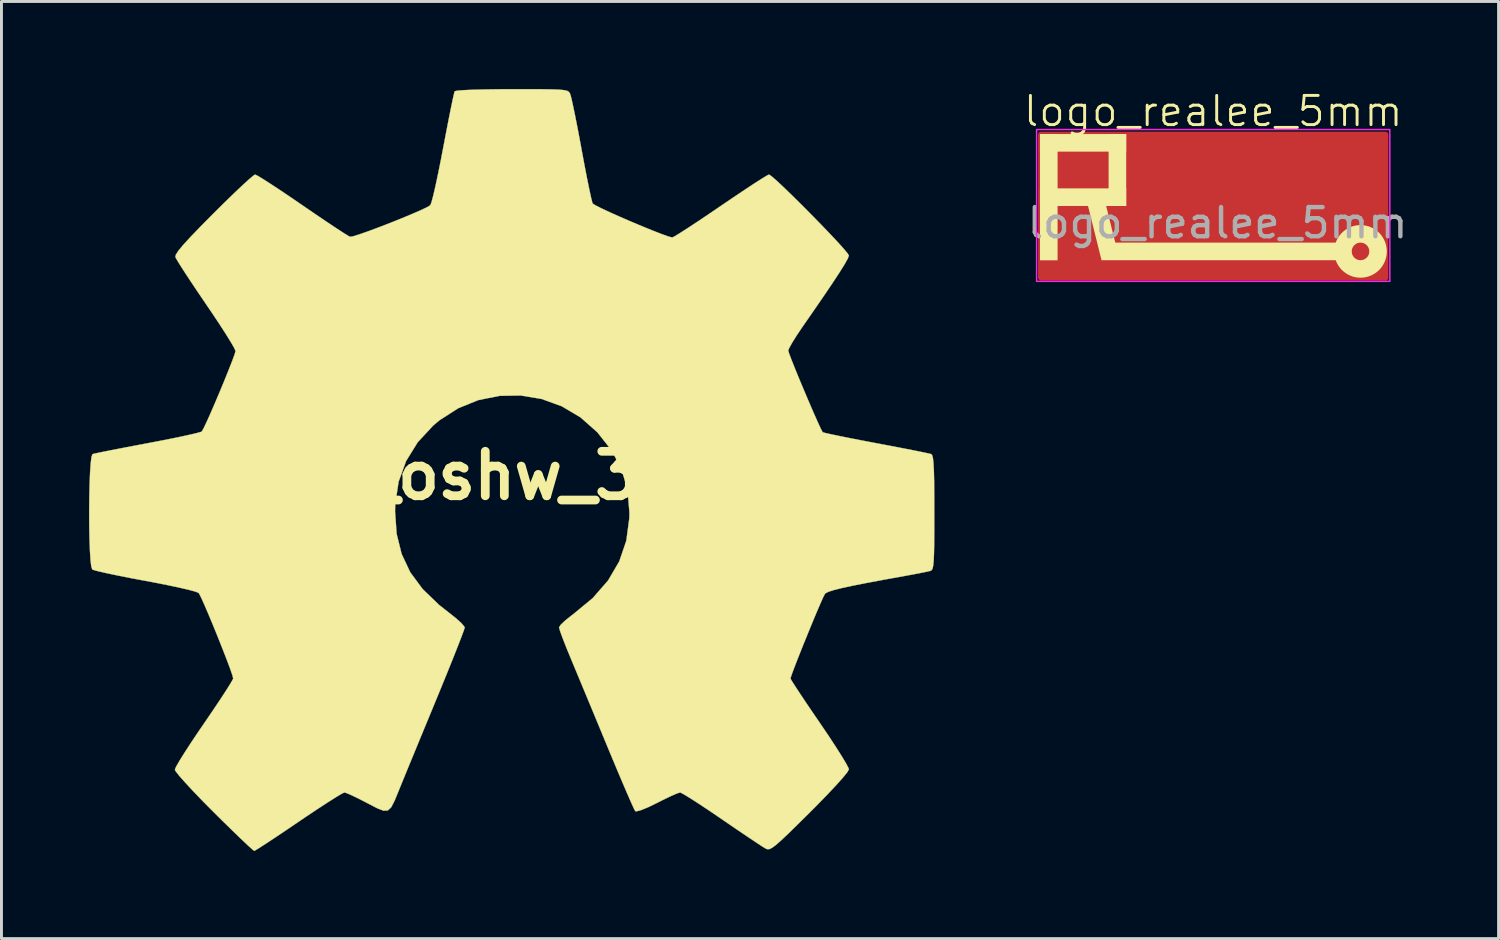
<source format=kicad_pcb>
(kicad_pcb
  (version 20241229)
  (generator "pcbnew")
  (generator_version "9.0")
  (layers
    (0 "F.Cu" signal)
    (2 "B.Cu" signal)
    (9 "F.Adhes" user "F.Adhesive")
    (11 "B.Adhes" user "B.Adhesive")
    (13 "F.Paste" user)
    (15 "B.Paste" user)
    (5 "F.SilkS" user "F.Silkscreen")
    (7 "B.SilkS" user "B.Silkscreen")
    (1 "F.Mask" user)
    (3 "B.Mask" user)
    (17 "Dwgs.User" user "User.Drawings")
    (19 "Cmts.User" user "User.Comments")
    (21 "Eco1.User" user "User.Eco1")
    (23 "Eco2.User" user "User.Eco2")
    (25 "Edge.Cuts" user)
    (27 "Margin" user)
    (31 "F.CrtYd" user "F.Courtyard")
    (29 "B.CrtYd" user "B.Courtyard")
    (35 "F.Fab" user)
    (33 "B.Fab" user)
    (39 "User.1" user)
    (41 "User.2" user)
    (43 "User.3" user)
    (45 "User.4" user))
  (footprint "logo_oshw_30mm"
    (layer "F.Cu")
    (at 14.408 13.244)
    (property "Reference" "logo_oshw_30mm" (at 0 0 0) (layer "F.SilkS") (effects (font (size 1.524 1.524) (thickness 0.3))))
    (attr through_hole)
    (fp_poly (pts (xy 0.675 -13.239) (xy 1.132 -13.237) (xy 1.472 -13.232) (xy 1.713 -13.222) (xy 1.874 -13.205) (xy 1.974 -13.181) (xy 2.03 -13.147) (xy 2.061 -13.102) (xy 2.077 -13.066) (xy 2.112 -12.942) (xy 2.168 -12.691) (xy 2.242 -12.336) (xy 2.327 -11.903) (xy 2.42 -11.414) (xy 2.466 -11.164) (xy 2.559 -10.662) (xy 2.647 -10.208) (xy 2.725 -9.824) (xy 2.788 -9.534) (xy 2.831 -9.36) (xy 2.843 -9.324) (xy 2.928 -9.267) (xy 3.128 -9.165) (xy 3.416 -9.03) (xy 3.764 -8.874) (xy 4.144 -8.709) (xy 4.53 -8.547) (xy 4.892 -8.399) (xy 5.205 -8.277) (xy 5.438 -8.193) (xy 5.567 -8.16) (xy 5.572 -8.159) (xy 5.656 -8.201) (xy 5.849 -8.319) (xy 6.132 -8.501) (xy 6.487 -8.735) (xy 6.896 -9.01) (xy 7.229 -9.237) (xy 7.666 -9.534) (xy 8.063 -9.799) (xy 8.401 -10.022) (xy 8.664 -10.189) (xy 8.832 -10.29) (xy 8.885 -10.314) (xy 8.967 -10.261) (xy 9.137 -10.114) (xy 9.375 -9.892) (xy 9.664 -9.612) (xy 9.986 -9.294) (xy 10.322 -8.956) (xy 10.655 -8.616) (xy 10.965 -8.293) (xy 11.235 -8.006) (xy 11.446 -7.771) (xy 11.581 -7.609) (xy 11.622 -7.54) (xy 11.587 -7.443) (xy 11.479 -7.249) (xy 11.295 -6.954) (xy 11.031 -6.553) (xy 10.684 -6.041) (xy 10.25 -5.412) (xy 10.036 -5.105) (xy 9.838 -4.81) (xy 9.678 -4.554) (xy 9.574 -4.366) (xy 9.544 -4.284) (xy 9.573 -4.186) (xy 9.653 -3.975) (xy 9.771 -3.678) (xy 9.917 -3.322) (xy 10.079 -2.935) (xy 10.244 -2.546) (xy 10.402 -2.18) (xy 10.541 -1.866) (xy 10.649 -1.63) (xy 10.715 -1.502) (xy 10.725 -1.488) (xy 10.808 -1.463) (xy 11.022 -1.415) (xy 11.344 -1.348) (xy 11.753 -1.266) (xy 12.228 -1.175) (xy 12.549 -1.114) (xy 13.058 -1.018) (xy 13.519 -0.929) (xy 13.911 -0.852) (xy 14.21 -0.791) (xy 14.394 -0.751) (xy 14.44 -0.739) (xy 14.474 -0.701) (xy 14.5 -0.607) (xy 14.519 -0.439) (xy 14.533 -0.183) (xy 14.542 0.18) (xy 14.546 0.664) (xy 14.547 1.262) (xy 14.547 1.864) (xy 14.544 2.33) (xy 14.537 2.678) (xy 14.526 2.925) (xy 14.509 3.089) (xy 14.486 3.188) (xy 14.453 3.24) (xy 14.413 3.262) (xy 14.279 3.293) (xy 14.037 3.342) (xy 13.729 3.4) (xy 13.585 3.426) (xy 12.835 3.562) (xy 12.225 3.676) (xy 11.741 3.772) (xy 11.372 3.852) (xy 11.105 3.919) (xy 10.927 3.976) (xy 10.827 4.026) (xy 10.8 4.051) (xy 10.747 4.153) (xy 10.651 4.368) (xy 10.521 4.67) (xy 10.37 5.031) (xy 10.209 5.425) (xy 10.047 5.823) (xy 9.897 6.199) (xy 9.77 6.526) (xy 9.676 6.777) (xy 9.626 6.924) (xy 9.621 6.949) (xy 9.663 7.027) (xy 9.78 7.212) (xy 9.961 7.487) (xy 10.192 7.833) (xy 10.462 8.23) (xy 10.622 8.464) (xy 10.909 8.887) (xy 11.164 9.275) (xy 11.374 9.606) (xy 11.527 9.862) (xy 11.611 10.022) (xy 11.622 10.062) (xy 11.569 10.157) (xy 11.417 10.345) (xy 11.179 10.611) (xy 10.868 10.941) (xy 10.497 11.322) (xy 10.283 11.536) (xy 9.865 11.95) (xy 9.541 12.267) (xy 9.296 12.498) (xy 9.117 12.655) (xy 8.99 12.749) (xy 8.899 12.793) (xy 8.83 12.797) (xy 8.77 12.775) (xy 8.77 12.774) (xy 8.656 12.704) (xy 8.437 12.56) (xy 8.135 12.358) (xy 7.772 12.113) (xy 7.37 11.838) (xy 7.267 11.767) (xy 6.865 11.494) (xy 6.502 11.253) (xy 6.2 11.058) (xy 5.977 10.922) (xy 5.854 10.856) (xy 5.84 10.853) (xy 5.733 10.886) (xy 5.525 10.977) (xy 5.25 11.109) (xy 5.057 11.207) (xy 4.748 11.357) (xy 4.501 11.458) (xy 4.343 11.5) (xy 4.304 11.493) (xy 4.259 11.408) (xy 4.163 11.198) (xy 4.024 10.881) (xy 3.851 10.477) (xy 3.65 10.002) (xy 3.43 9.475) (xy 3.346 9.273) (xy 3.1 8.678) (xy 2.852 8.08) (xy 2.614 7.508) (xy 2.399 6.991) (xy 2.218 6.556) (xy 2.083 6.232) (xy 2.074 6.21) (xy 1.93 5.859) (xy 1.811 5.553) (xy 1.728 5.324) (xy 1.694 5.203) (xy 1.693 5.197) (xy 1.752 5.106) (xy 1.908 4.958) (xy 2.129 4.783) (xy 2.174 4.75) (xy 2.846 4.195) (xy 3.372 3.592) (xy 3.755 2.938) (xy 3.997 2.228) (xy 4.1 1.458) (xy 4.104 1.27) (xy 4.04 0.5) (xy 3.839 -0.207) (xy 3.496 -0.864) (xy 3.006 -1.484) (xy 3.002 -1.488) (xy 2.427 -1.997) (xy 1.785 -2.377) (xy 1.096 -2.627) (xy 0.379 -2.746) (xy -0.348 -2.734) (xy -1.066 -2.59) (xy -1.755 -2.313) (xy -2.397 -1.902) (xy -2.615 -1.72) (xy -3.15 -1.143) (xy -3.547 -0.5) (xy -3.803 0.206) (xy -3.919 0.974) (xy -3.925 1.223) (xy -3.871 1.992) (xy -3.7 2.682) (xy -3.406 3.308) (xy -2.979 3.886) (xy -2.411 4.433) (xy -2.076 4.696) (xy -1.834 4.888) (xy -1.648 5.057) (xy -1.549 5.176) (xy -1.539 5.203) (xy -1.568 5.298) (xy -1.649 5.517) (xy -1.776 5.844) (xy -1.941 6.262) (xy -2.139 6.752) (xy -2.362 7.299) (xy -2.55 7.755) (xy -2.8 8.361) (xy -3.042 8.946) (xy -3.266 9.491) (xy -3.465 9.972) (xy -3.627 10.368) (xy -3.746 10.658) (xy -3.793 10.776) (xy -3.939 11.131) (xy -4.055 11.358) (xy -4.172 11.469) (xy -4.323 11.476) (xy -4.539 11.392) (xy -4.851 11.23) (xy -4.89 11.209) (xy -5.186 11.057) (xy -5.437 10.937) (xy -5.608 10.866) (xy -5.659 10.853) (xy -5.749 10.894) (xy -5.946 11.012) (xy -6.231 11.192) (xy -6.585 11.423) (xy -6.989 11.692) (xy -7.226 11.853) (xy -7.647 12.138) (xy -8.025 12.392) (xy -8.342 12.601) (xy -8.58 12.755) (xy -8.72 12.84) (xy -8.749 12.854) (xy -8.816 12.802) (xy -8.977 12.656) (xy -9.215 12.43) (xy -9.515 12.14) (xy -9.863 11.8) (xy -10.136 11.529) (xy -10.506 11.156) (xy -10.837 10.812) (xy -11.113 10.514) (xy -11.32 10.28) (xy -11.442 10.124) (xy -11.468 10.07) (xy -11.426 9.971) (xy -11.308 9.765) (xy -11.126 9.473) (xy -10.893 9.115) (xy -10.621 8.71) (xy -10.47 8.49) (xy -10.184 8.071) (xy -9.929 7.691) (xy -9.719 7.37) (xy -9.566 7.126) (xy -9.482 6.979) (xy -9.47 6.947) (xy -9.497 6.838) (xy -9.574 6.615) (xy -9.69 6.305) (xy -9.833 5.937) (xy -9.992 5.537) (xy -10.156 5.134) (xy -10.314 4.755) (xy -10.455 4.427) (xy -10.567 4.179) (xy -10.64 4.037) (xy -10.654 4.018) (xy -10.755 3.975) (xy -10.985 3.912) (xy -11.321 3.834) (xy -11.74 3.745) (xy -12.218 3.651) (xy -12.476 3.603) (xy -12.976 3.51) (xy -13.428 3.42) (xy -13.808 3.34) (xy -14.094 3.275) (xy -14.263 3.228) (xy -14.297 3.213) (xy -14.331 3.112) (xy -14.358 2.886) (xy -14.378 2.559) (xy -14.393 2.156) (xy -14.401 1.704) (xy -14.403 1.226) (xy -14.399 0.75) (xy -14.389 0.299) (xy -14.373 -0.1) (xy -14.351 -0.423) (xy -14.323 -0.644) (xy -14.289 -0.737) (xy -14.287 -0.738) (xy -14.184 -0.763) (xy -13.952 -0.812) (xy -13.614 -0.879) (xy -13.192 -0.961) (xy -12.708 -1.053) (xy -12.394 -1.112) (xy -11.888 -1.209) (xy -11.432 -1.3) (xy -11.048 -1.382) (xy -10.759 -1.448) (xy -10.586 -1.495) (xy -10.546 -1.512) (xy -10.488 -1.613) (xy -10.385 -1.828) (xy -10.25 -2.128) (xy -10.095 -2.487) (xy -9.93 -2.875) (xy -9.769 -3.264) (xy -9.623 -3.626) (xy -9.503 -3.932) (xy -9.421 -4.156) (xy -9.39 -4.268) (xy -9.39 -4.269) (xy -9.432 -4.369) (xy -9.55 -4.575) (xy -9.732 -4.868) (xy -9.965 -5.229) (xy -10.237 -5.636) (xy -10.401 -5.877) (xy -10.691 -6.304) (xy -10.952 -6.695) (xy -11.171 -7.029) (xy -11.335 -7.288) (xy -11.432 -7.451) (xy -11.451 -7.493) (xy -11.434 -7.57) (xy -11.348 -7.704) (xy -11.184 -7.902) (xy -10.933 -8.176) (xy -10.587 -8.535) (xy -10.153 -8.974) (xy -9.779 -9.345) (xy -9.438 -9.676) (xy -9.145 -9.953) (xy -8.916 -10.161) (xy -8.768 -10.285) (xy -8.719 -10.314) (xy -8.631 -10.272) (xy -8.436 -10.154) (xy -8.152 -9.971) (xy -7.797 -9.737) (xy -7.392 -9.463) (xy -7.102 -9.264) (xy -6.67 -8.968) (xy -6.277 -8.702) (xy -5.94 -8.478) (xy -5.679 -8.308) (xy -5.512 -8.206) (xy -5.464 -8.182) (xy -5.359 -8.2) (xy -5.141 -8.268) (xy -4.838 -8.374) (xy -4.479 -8.508) (xy -4.091 -8.658) (xy -3.704 -8.813) (xy -3.344 -8.963) (xy -3.041 -9.095) (xy -2.822 -9.199) (xy -2.718 -9.263) (xy -2.679 -9.36) (xy -2.618 -9.588) (xy -2.54 -9.924) (xy -2.45 -10.346) (xy -2.352 -10.832) (xy -2.277 -11.224) (xy -2.178 -11.743) (xy -2.087 -12.213) (xy -2.007 -12.612) (xy -1.943 -12.918) (xy -1.899 -13.111) (xy -1.882 -13.167) (xy -1.795 -13.188) (xy -1.573 -13.206) (xy -1.234 -13.221) (xy -0.798 -13.231) (xy -0.284 -13.238) (xy 0.083 -13.239) (xy 0.675 -13.239)) (stroke (width 0.01) (type solid)) (fill yes) (layer "F.SilkS")))
  (footprint "logo_realee_5mm"
    (layer "F.Cu")
    (at 38.51 3.961)
    (property "Reference" "logo_realee_5mm" (at 0 -3.2 0) (unlocked yes) (layer "F.SilkS") (effects (font (size 1 1) (thickness 0.1))))
    (fp_rect (start -5.9 -2.4) (end 5.9 2.5) (stroke (width 0.2) (type solid)) (fill yes) (layer "F.Cu"))
    (fp_poly (pts (xy -1.8 0.73) (xy -2.403 0.73) (xy -2.403 -2.419) (xy -1.8 -2.419)) (stroke (width -0.000001) (type solid)) (fill yes) (layer "F.Mask"))
    (fp_poly (pts (xy 0.55 -1.817) (xy -2.302 -1.817) (xy -2.302 -2.419) (xy 0.55 -2.419)) (stroke (width -0.000001) (type solid)) (fill yes) (layer "F.Mask"))
    (fp_poly (pts (xy 0.55 0.729) (xy -2.302 0.729) (xy -2.302 0.127) (xy 0.55 0.127)) (stroke (width -0.000001) (type solid)) (fill yes) (layer "F.Mask"))
    (fp_poly (pts (xy 0.55 -0.544) (xy -2.102 -0.544) (xy -2.102 -1.146) (xy 0.55 -1.146)) (stroke (width -0.000001) (type solid)) (fill yes) (layer "F.Mask"))
    (fp_poly (pts (xy 1.739 0.73) (xy 1.136 0.73) (xy 1.136 -2.419) (xy 1.739 -2.419)) (stroke (width -0.000001) (type solid)) (fill yes) (layer "F.Mask"))
    (fp_poly (pts (xy 4.089 -1.817) (xy 1.293 -1.817) (xy 1.293 -2.419) (xy 4.089 -2.419)) (stroke (width -0.000001) (type solid)) (fill yes) (layer "F.Mask"))
    (fp_poly (pts (xy 4.089 -0.544) (xy 1.293 -0.544) (xy 1.293 -1.146) (xy 4.089 -1.146)) (stroke (width -0.000001) (type solid)) (fill yes) (layer "F.Mask"))
    (fp_poly (pts (xy 4.089 0.73) (xy 1.404 0.73) (xy 1.404 0.127) (xy 4.089 0.127)) (stroke (width -0.000001) (type solid)) (fill yes) (layer "F.Mask"))
    (fp_poly (pts (xy -5.331 1.906) (xy -5.934 1.906) (xy -5.934 -2.419) (xy -5.331 -2.419)) (stroke (width -0.000001) (type solid)) (fill yes) (layer "F.SilkS"))
    (fp_poly (pts (xy -3.24 1.76) (xy -3.825 1.906) (xy -4.375 -0.302) (xy -3.791 -0.448)) (stroke (width -0.000001) (type solid)) (fill yes) (layer "F.SilkS"))
    (fp_poly (pts (xy -2.981 -1.817) (xy -5.935 -1.817) (xy -5.935 -2.419) (xy -2.981 -2.419)) (stroke (width -0.000001) (type solid)) (fill yes) (layer "F.SilkS"))
    (fp_poly (pts (xy -2.981 0.045) (xy -5.935 0.045) (xy -5.935 -0.558) (xy -2.981 -0.558)) (stroke (width -0.000001) (type solid)) (fill yes) (layer "F.SilkS"))
    (fp_poly (pts (xy -2.981 0.045) (xy -3.583 0.045) (xy -3.583 -2.419) (xy -2.981 -2.419)) (stroke (width -0.000001) (type solid)) (fill yes) (layer "F.SilkS"))
    (fp_poly (pts (xy 4.723 1.903) (xy -3.808 1.903) (xy -3.808 1.3) (xy 4.723 1.3)) (stroke (width -0.000001) (type solid)) (fill yes) (layer "F.SilkS"))
    (fp_poly (pts (xy 5.076 1.001) (xy 5.107 1.004) (xy 5.137 1.008) (xy 5.167 1.013) (xy 5.196 1.019) (xy 5.224 1.028) (xy 5.252 1.037) (xy 5.279 1.048) (xy 5.306 1.06) (xy 5.332 1.073) (xy 5.357 1.087) (xy 5.381 1.103) (xy 5.405 1.12) (xy 5.428 1.138) (xy 5.449 1.157) (xy 5.47 1.176) (xy 5.49 1.197) (xy 5.509 1.219) (xy 5.527 1.242) (xy 5.544 1.265) (xy 5.559 1.29) (xy 5.574 1.315) (xy 5.587 1.341) (xy 5.599 1.367) (xy 5.61 1.395) (xy 5.619 1.422) (xy 5.627 1.451) (xy 5.634 1.48) (xy 5.639 1.51) (xy 5.643 1.54) (xy 5.645 1.57) (xy 5.646 1.601) (xy 5.645 1.632) (xy 5.643 1.662) (xy 5.639 1.692) (xy 5.634 1.722) (xy 5.627 1.751) (xy 5.619 1.78) (xy 5.61 1.807) (xy 5.599 1.835) (xy 5.587 1.861) (xy 5.574 1.887) (xy 5.559 1.912) (xy 5.544 1.937) (xy 5.527 1.96) (xy 5.509 1.983) (xy 5.49 2.005) (xy 5.47 2.026) (xy 5.449 2.046) (xy 5.428 2.064) (xy 5.405 2.082) (xy 5.381 2.099) (xy 5.357 2.115) (xy 5.332 2.129) (xy 5.306 2.142) (xy 5.279 2.154) (xy 5.252 2.165) (xy 5.224 2.175) (xy 5.196 2.183) (xy 5.167 2.189) (xy 5.137 2.195) (xy 5.107 2.198) (xy 5.076 2.201) (xy 5.046 2.202) (xy 5.015 2.201) (xy 4.984 2.198) (xy 4.954 2.195) (xy 4.925 2.189) (xy 4.896 2.183) (xy 4.867 2.175) (xy 4.839 2.165) (xy 4.812 2.154) (xy 4.785 2.142) (xy 4.759 2.129) (xy 4.734 2.115) (xy 4.71 2.099) (xy 4.686 2.082) (xy 4.664 2.064) (xy 4.642 2.046) (xy 4.621 2.026) (xy 4.601 2.005) (xy 4.582 1.983) (xy 4.564 1.96) (xy 4.548 1.937) (xy 4.532 1.912) (xy 4.518 1.887) (xy 4.504 1.861) (xy 4.492 1.835) (xy 4.482 1.807) (xy 4.472 1.78) (xy 4.464 1.751) (xy 4.457 1.722) (xy 4.452 1.692) (xy 4.448 1.662) (xy 4.446 1.632) (xy 4.445 1.601) (xy 4.446 1.57) (xy 4.448 1.54) (xy 4.452 1.51) (xy 4.457 1.48) (xy 4.464 1.451) (xy 4.472 1.422) (xy 4.482 1.395) (xy 4.492 1.367) (xy 4.504 1.341) (xy 4.518 1.315) (xy 4.532 1.29) (xy 4.548 1.265) (xy 4.564 1.242) (xy 4.582 1.219) (xy 4.601 1.197) (xy 4.621 1.176) (xy 4.642 1.157) (xy 4.664 1.138) (xy 4.686 1.12) (xy 4.71 1.103) (xy 4.734 1.087) (xy 4.759 1.073) (xy 4.785 1.06) (xy 4.812 1.048) (xy 4.839 1.037) (xy 4.867 1.028) (xy 4.896 1.019) (xy 4.925 1.013) (xy 4.954 1.008) (xy 4.984 1.004) (xy 5.015 1.001) (xy 5.046 1.001)) (stroke (width 0.6) (type solid)) (fill no) (layer "F.SilkS"))
    (fp_rect (start -6.05 -2.573) (end 6.05 2.627) (stroke (width 0.05) (type default)) (fill no) (layer "F.CrtYd"))
    (fp_text user "${REFERENCE}" (at 0.15 0.627 0) (unlocked yes) (layer "F.Fab") (effects (font (size 1 1) (thickness 0.15)))))
  (gr_rect
    (start -3 -3)
    (end 48.285 29.103)
    (stroke (width 0.1) (type default))
    (fill no)
    (layer "Edge.Cuts")))
</source>
